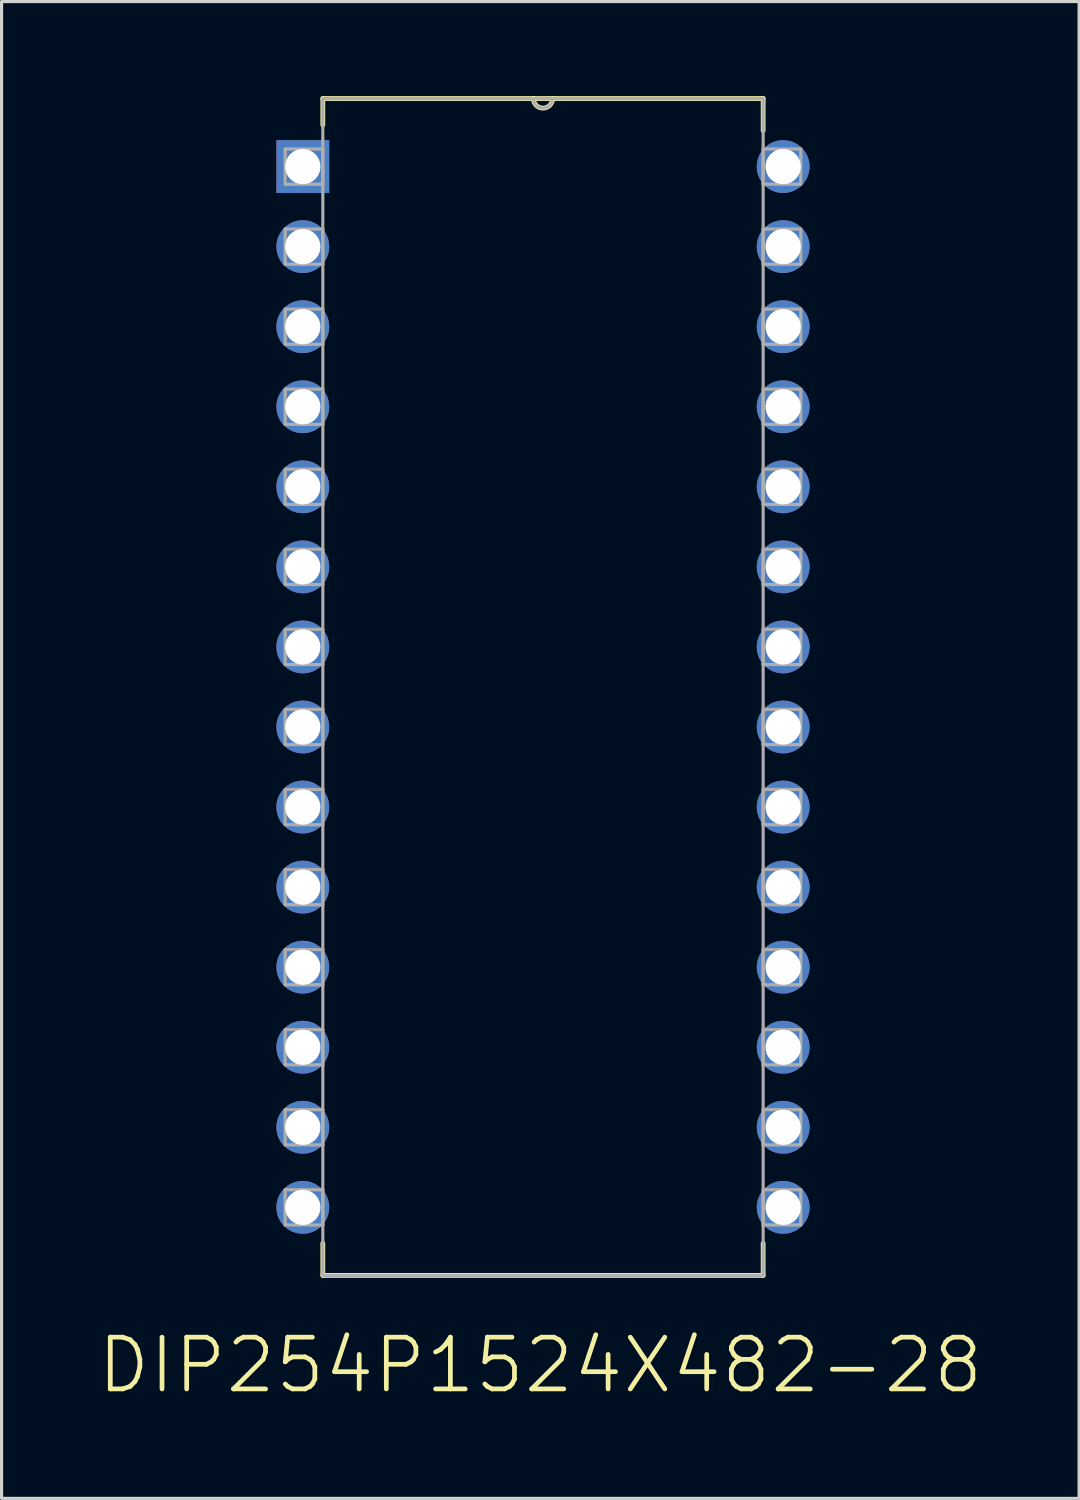
<source format=kicad_pcb>
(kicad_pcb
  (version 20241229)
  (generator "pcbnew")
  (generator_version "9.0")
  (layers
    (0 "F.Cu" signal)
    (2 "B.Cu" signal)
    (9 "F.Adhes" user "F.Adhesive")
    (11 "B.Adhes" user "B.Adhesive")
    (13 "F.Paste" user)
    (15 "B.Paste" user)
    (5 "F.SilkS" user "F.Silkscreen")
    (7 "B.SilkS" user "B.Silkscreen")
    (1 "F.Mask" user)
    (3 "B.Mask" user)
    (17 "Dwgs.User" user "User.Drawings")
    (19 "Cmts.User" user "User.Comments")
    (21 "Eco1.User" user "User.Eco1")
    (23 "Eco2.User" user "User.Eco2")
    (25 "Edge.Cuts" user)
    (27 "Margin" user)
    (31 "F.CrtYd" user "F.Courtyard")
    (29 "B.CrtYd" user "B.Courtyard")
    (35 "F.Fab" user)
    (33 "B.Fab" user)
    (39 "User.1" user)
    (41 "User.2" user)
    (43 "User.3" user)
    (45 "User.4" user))
  (footprint "DIP254P1524X482-28"
    (layer "F.Cu")
    (at 21.797 35.255)
    (property "Reference" "DIP254P1524X482-28" (at -7.704 5.009 0) (layer "F.SilkS") (effects (font (size 1.642 1.642) (thickness 0.15))))
    (attr through_hole)
    (fp_line (start -14.605 -35.179) (end -14.605 -34.341) (stroke (width 0.152) (type solid)) (layer "F.SilkS"))
    (fp_line (start -14.605 1.143) (end -14.605 2.159) (stroke (width 0.152) (type solid)) (layer "F.SilkS"))
    (fp_line (start -14.605 2.159) (end -0.635 2.159) (stroke (width 0.152) (type solid)) (layer "F.SilkS"))
    (fp_line (start -7.925 -35.179) (end -14.605 -35.179) (stroke (width 0.152) (type solid)) (layer "F.SilkS"))
    (fp_line (start -7.315 -35.179) (end -7.925 -35.179) (stroke (width 0.152) (type solid)) (layer "F.SilkS"))
    (fp_line (start -0.635 -35.179) (end -7.315 -35.179) (stroke (width 0.152) (type solid)) (layer "F.SilkS"))
    (fp_line (start -0.635 -34.163) (end -0.635 -35.179) (stroke (width 0.152) (type solid)) (layer "F.SilkS"))
    (fp_line (start -0.635 2.159) (end -0.635 1.143) (stroke (width 0.152) (type solid)) (layer "F.SilkS"))
    (fp_arc (start -7.3152 -35.179) (mid -7.62 -34.8742) (end -7.9248 -35.179) (stroke (width 0.1524) (type solid)) (layer "F.SilkS"))
    (fp_line (start -15.799 -33.579) (end -15.799 -32.461) (stroke (width 0.1) (type solid)) (layer "F.Fab"))
    (fp_line (start -15.799 -32.461) (end -14.605 -32.461) (stroke (width 0.1) (type solid)) (layer "F.Fab"))
    (fp_line (start -15.799 -31.039) (end -15.799 -29.921) (stroke (width 0.1) (type solid)) (layer "F.Fab"))
    (fp_line (start -15.799 -29.921) (end -14.605 -29.921) (stroke (width 0.1) (type solid)) (layer "F.Fab"))
    (fp_line (start -15.799 -28.499) (end -15.799 -27.381) (stroke (width 0.1) (type solid)) (layer "F.Fab"))
    (fp_line (start -15.799 -27.381) (end -14.605 -27.381) (stroke (width 0.1) (type solid)) (layer "F.Fab"))
    (fp_line (start -15.799 -25.959) (end -15.799 -24.841) (stroke (width 0.1) (type solid)) (layer "F.Fab"))
    (fp_line (start -15.799 -24.841) (end -14.605 -24.841) (stroke (width 0.1) (type solid)) (layer "F.Fab"))
    (fp_line (start -15.799 -23.419) (end -15.799 -22.301) (stroke (width 0.1) (type solid)) (layer "F.Fab"))
    (fp_line (start -15.799 -22.301) (end -14.605 -22.301) (stroke (width 0.1) (type solid)) (layer "F.Fab"))
    (fp_line (start -15.799 -20.879) (end -15.799 -19.761) (stroke (width 0.1) (type solid)) (layer "F.Fab"))
    (fp_line (start -15.799 -19.761) (end -14.605 -19.761) (stroke (width 0.1) (type solid)) (layer "F.Fab"))
    (fp_line (start -15.799 -18.339) (end -15.799 -17.221) (stroke (width 0.1) (type solid)) (layer "F.Fab"))
    (fp_line (start -15.799 -17.221) (end -14.605 -17.221) (stroke (width 0.1) (type solid)) (layer "F.Fab"))
    (fp_line (start -15.799 -15.799) (end -15.799 -14.681) (stroke (width 0.1) (type solid)) (layer "F.Fab"))
    (fp_line (start -15.799 -14.681) (end -14.605 -14.681) (stroke (width 0.1) (type solid)) (layer "F.Fab"))
    (fp_line (start -15.799 -13.259) (end -15.799 -12.141) (stroke (width 0.1) (type solid)) (layer "F.Fab"))
    (fp_line (start -15.799 -12.141) (end -14.605 -12.141) (stroke (width 0.1) (type solid)) (layer "F.Fab"))
    (fp_line (start -15.799 -10.719) (end -15.799 -9.601) (stroke (width 0.1) (type solid)) (layer "F.Fab"))
    (fp_line (start -15.799 -9.601) (end -14.605 -9.601) (stroke (width 0.1) (type solid)) (layer "F.Fab"))
    (fp_line (start -15.799 -8.179) (end -15.799 -7.061) (stroke (width 0.1) (type solid)) (layer "F.Fab"))
    (fp_line (start -15.799 -7.061) (end -14.605 -7.061) (stroke (width 0.1) (type solid)) (layer "F.Fab"))
    (fp_line (start -15.799 -5.639) (end -15.799 -4.521) (stroke (width 0.1) (type solid)) (layer "F.Fab"))
    (fp_line (start -15.799 -4.521) (end -14.605 -4.521) (stroke (width 0.1) (type solid)) (layer "F.Fab"))
    (fp_line (start -15.799 -3.099) (end -15.799 -1.981) (stroke (width 0.1) (type solid)) (layer "F.Fab"))
    (fp_line (start -15.799 -1.981) (end -14.605 -1.981) (stroke (width 0.1) (type solid)) (layer "F.Fab"))
    (fp_line (start -15.799 -0.559) (end -15.799 0.559) (stroke (width 0.1) (type solid)) (layer "F.Fab"))
    (fp_line (start -15.799 0.559) (end -14.605 0.559) (stroke (width 0.1) (type solid)) (layer "F.Fab"))
    (fp_line (start -14.605 -35.179) (end -14.605 2.159) (stroke (width 0.1) (type solid)) (layer "F.Fab"))
    (fp_line (start -14.605 -33.579) (end -15.799 -33.579) (stroke (width 0.1) (type solid)) (layer "F.Fab"))
    (fp_line (start -14.605 -32.461) (end -14.605 -33.579) (stroke (width 0.1) (type solid)) (layer "F.Fab"))
    (fp_line (start -14.605 -31.039) (end -15.799 -31.039) (stroke (width 0.1) (type solid)) (layer "F.Fab"))
    (fp_line (start -14.605 -29.921) (end -14.605 -31.039) (stroke (width 0.1) (type solid)) (layer "F.Fab"))
    (fp_line (start -14.605 -28.499) (end -15.799 -28.499) (stroke (width 0.1) (type solid)) (layer "F.Fab"))
    (fp_line (start -14.605 -27.381) (end -14.605 -28.499) (stroke (width 0.1) (type solid)) (layer "F.Fab"))
    (fp_line (start -14.605 -25.959) (end -15.799 -25.959) (stroke (width 0.1) (type solid)) (layer "F.Fab"))
    (fp_line (start -14.605 -24.841) (end -14.605 -25.959) (stroke (width 0.1) (type solid)) (layer "F.Fab"))
    (fp_line (start -14.605 -23.419) (end -15.799 -23.419) (stroke (width 0.1) (type solid)) (layer "F.Fab"))
    (fp_line (start -14.605 -22.301) (end -14.605 -23.419) (stroke (width 0.1) (type solid)) (layer "F.Fab"))
    (fp_line (start -14.605 -20.879) (end -15.799 -20.879) (stroke (width 0.1) (type solid)) (layer "F.Fab"))
    (fp_line (start -14.605 -19.761) (end -14.605 -20.879) (stroke (width 0.1) (type solid)) (layer "F.Fab"))
    (fp_line (start -14.605 -18.339) (end -15.799 -18.339) (stroke (width 0.1) (type solid)) (layer "F.Fab"))
    (fp_line (start -14.605 -17.221) (end -14.605 -18.339) (stroke (width 0.1) (type solid)) (layer "F.Fab"))
    (fp_line (start -14.605 -15.799) (end -15.799 -15.799) (stroke (width 0.1) (type solid)) (layer "F.Fab"))
    (fp_line (start -14.605 -14.681) (end -14.605 -15.799) (stroke (width 0.1) (type solid)) (layer "F.Fab"))
    (fp_line (start -14.605 -13.259) (end -15.799 -13.259) (stroke (width 0.1) (type solid)) (layer "F.Fab"))
    (fp_line (start -14.605 -12.141) (end -14.605 -13.259) (stroke (width 0.1) (type solid)) (layer "F.Fab"))
    (fp_line (start -14.605 -10.719) (end -15.799 -10.719) (stroke (width 0.1) (type solid)) (layer "F.Fab"))
    (fp_line (start -14.605 -9.601) (end -14.605 -10.719) (stroke (width 0.1) (type solid)) (layer "F.Fab"))
    (fp_line (start -14.605 -8.179) (end -15.799 -8.179) (stroke (width 0.1) (type solid)) (layer "F.Fab"))
    (fp_line (start -14.605 -7.061) (end -14.605 -8.179) (stroke (width 0.1) (type solid)) (layer "F.Fab"))
    (fp_line (start -14.605 -5.639) (end -15.799 -5.639) (stroke (width 0.1) (type solid)) (layer "F.Fab"))
    (fp_line (start -14.605 -4.521) (end -14.605 -5.639) (stroke (width 0.1) (type solid)) (layer "F.Fab"))
    (fp_line (start -14.605 -3.099) (end -15.799 -3.099) (stroke (width 0.1) (type solid)) (layer "F.Fab"))
    (fp_line (start -14.605 -1.981) (end -14.605 -3.099) (stroke (width 0.1) (type solid)) (layer "F.Fab"))
    (fp_line (start -14.605 -0.559) (end -15.799 -0.559) (stroke (width 0.1) (type solid)) (layer "F.Fab"))
    (fp_line (start -14.605 0.559) (end -14.605 -0.559) (stroke (width 0.1) (type solid)) (layer "F.Fab"))
    (fp_line (start -14.605 2.159) (end -0.635 2.159) (stroke (width 0.1) (type solid)) (layer "F.Fab"))
    (fp_line (start -7.925 -35.179) (end -14.605 -35.179) (stroke (width 0.1) (type solid)) (layer "F.Fab"))
    (fp_line (start -7.315 -35.179) (end -7.925 -35.179) (stroke (width 0.1) (type solid)) (layer "F.Fab"))
    (fp_line (start -0.635 -35.179) (end -7.315 -35.179) (stroke (width 0.1) (type solid)) (layer "F.Fab"))
    (fp_line (start -0.635 -33.579) (end -0.635 -32.461) (stroke (width 0.1) (type solid)) (layer "F.Fab"))
    (fp_line (start -0.635 -32.461) (end 0.559 -32.461) (stroke (width 0.1) (type solid)) (layer "F.Fab"))
    (fp_line (start -0.635 -31.039) (end -0.635 -29.921) (stroke (width 0.1) (type solid)) (layer "F.Fab"))
    (fp_line (start -0.635 -29.921) (end 0.559 -29.921) (stroke (width 0.1) (type solid)) (layer "F.Fab"))
    (fp_line (start -0.635 -28.499) (end -0.635 -27.381) (stroke (width 0.1) (type solid)) (layer "F.Fab"))
    (fp_line (start -0.635 -27.381) (end 0.559 -27.381) (stroke (width 0.1) (type solid)) (layer "F.Fab"))
    (fp_line (start -0.635 -25.959) (end -0.635 -24.841) (stroke (width 0.1) (type solid)) (layer "F.Fab"))
    (fp_line (start -0.635 -24.841) (end 0.559 -24.841) (stroke (width 0.1) (type solid)) (layer "F.Fab"))
    (fp_line (start -0.635 -23.419) (end -0.635 -22.301) (stroke (width 0.1) (type solid)) (layer "F.Fab"))
    (fp_line (start -0.635 -22.301) (end 0.559 -22.301) (stroke (width 0.1) (type solid)) (layer "F.Fab"))
    (fp_line (start -0.635 -20.879) (end -0.635 -19.761) (stroke (width 0.1) (type solid)) (layer "F.Fab"))
    (fp_line (start -0.635 -19.761) (end 0.559 -19.761) (stroke (width 0.1) (type solid)) (layer "F.Fab"))
    (fp_line (start -0.635 -18.339) (end -0.635 -17.221) (stroke (width 0.1) (type solid)) (layer "F.Fab"))
    (fp_line (start -0.635 -17.221) (end 0.559 -17.221) (stroke (width 0.1) (type solid)) (layer "F.Fab"))
    (fp_line (start -0.635 -15.799) (end -0.635 -14.681) (stroke (width 0.1) (type solid)) (layer "F.Fab"))
    (fp_line (start -0.635 -14.681) (end 0.559 -14.681) (stroke (width 0.1) (type solid)) (layer "F.Fab"))
    (fp_line (start -0.635 -13.259) (end -0.635 -12.141) (stroke (width 0.1) (type solid)) (layer "F.Fab"))
    (fp_line (start -0.635 -12.141) (end 0.559 -12.141) (stroke (width 0.1) (type solid)) (layer "F.Fab"))
    (fp_line (start -0.635 -10.719) (end -0.635 -9.601) (stroke (width 0.1) (type solid)) (layer "F.Fab"))
    (fp_line (start -0.635 -9.601) (end 0.559 -9.601) (stroke (width 0.1) (type solid)) (layer "F.Fab"))
    (fp_line (start -0.635 -8.179) (end -0.635 -7.061) (stroke (width 0.1) (type solid)) (layer "F.Fab"))
    (fp_line (start -0.635 -7.061) (end 0.559 -7.061) (stroke (width 0.1) (type solid)) (layer "F.Fab"))
    (fp_line (start -0.635 -5.639) (end -0.635 -4.521) (stroke (width 0.1) (type solid)) (layer "F.Fab"))
    (fp_line (start -0.635 -4.521) (end 0.559 -4.521) (stroke (width 0.1) (type solid)) (layer "F.Fab"))
    (fp_line (start -0.635 -3.099) (end -0.635 -1.981) (stroke (width 0.1) (type solid)) (layer "F.Fab"))
    (fp_line (start -0.635 -1.981) (end 0.559 -1.981) (stroke (width 0.1) (type solid)) (layer "F.Fab"))
    (fp_line (start -0.635 -0.559) (end -0.635 0.559) (stroke (width 0.1) (type solid)) (layer "F.Fab"))
    (fp_line (start -0.635 0.559) (end 0.559 0.559) (stroke (width 0.1) (type solid)) (layer "F.Fab"))
    (fp_line (start -0.635 2.159) (end -0.635 -35.179) (stroke (width 0.1) (type solid)) (layer "F.Fab"))
    (fp_line (start 0.559 -33.579) (end -0.635 -33.579) (stroke (width 0.1) (type solid)) (layer "F.Fab"))
    (fp_line (start 0.559 -32.461) (end 0.559 -33.579) (stroke (width 0.1) (type solid)) (layer "F.Fab"))
    (fp_line (start 0.559 -31.039) (end -0.635 -31.039) (stroke (width 0.1) (type solid)) (layer "F.Fab"))
    (fp_line (start 0.559 -29.921) (end 0.559 -31.039) (stroke (width 0.1) (type solid)) (layer "F.Fab"))
    (fp_line (start 0.559 -28.499) (end -0.635 -28.499) (stroke (width 0.1) (type solid)) (layer "F.Fab"))
    (fp_line (start 0.559 -27.381) (end 0.559 -28.499) (stroke (width 0.1) (type solid)) (layer "F.Fab"))
    (fp_line (start 0.559 -25.959) (end -0.635 -25.959) (stroke (width 0.1) (type solid)) (layer "F.Fab"))
    (fp_line (start 0.559 -24.841) (end 0.559 -25.959) (stroke (width 0.1) (type solid)) (layer "F.Fab"))
    (fp_line (start 0.559 -23.419) (end -0.635 -23.419) (stroke (width 0.1) (type solid)) (layer "F.Fab"))
    (fp_line (start 0.559 -22.301) (end 0.559 -23.419) (stroke (width 0.1) (type solid)) (layer "F.Fab"))
    (fp_line (start 0.559 -20.879) (end -0.635 -20.879) (stroke (width 0.1) (type solid)) (layer "F.Fab"))
    (fp_line (start 0.559 -19.761) (end 0.559 -20.879) (stroke (width 0.1) (type solid)) (layer "F.Fab"))
    (fp_line (start 0.559 -18.339) (end -0.635 -18.339) (stroke (width 0.1) (type solid)) (layer "F.Fab"))
    (fp_line (start 0.559 -17.221) (end 0.559 -18.339) (stroke (width 0.1) (type solid)) (layer "F.Fab"))
    (fp_line (start 0.559 -15.799) (end -0.635 -15.799) (stroke (width 0.1) (type solid)) (layer "F.Fab"))
    (fp_line (start 0.559 -14.681) (end 0.559 -15.799) (stroke (width 0.1) (type solid)) (layer "F.Fab"))
    (fp_line (start 0.559 -13.259) (end -0.635 -13.259) (stroke (width 0.1) (type solid)) (layer "F.Fab"))
    (fp_line (start 0.559 -12.141) (end 0.559 -13.259) (stroke (width 0.1) (type solid)) (layer "F.Fab"))
    (fp_line (start 0.559 -10.719) (end -0.635 -10.719) (stroke (width 0.1) (type solid)) (layer "F.Fab"))
    (fp_line (start 0.559 -9.601) (end 0.559 -10.719) (stroke (width 0.1) (type solid)) (layer "F.Fab"))
    (fp_line (start 0.559 -8.179) (end -0.635 -8.179) (stroke (width 0.1) (type solid)) (layer "F.Fab"))
    (fp_line (start 0.559 -7.061) (end 0.559 -8.179) (stroke (width 0.1) (type solid)) (layer "F.Fab"))
    (fp_line (start 0.559 -5.639) (end -0.635 -5.639) (stroke (width 0.1) (type solid)) (layer "F.Fab"))
    (fp_line (start 0.559 -4.521) (end 0.559 -5.639) (stroke (width 0.1) (type solid)) (layer "F.Fab"))
    (fp_line (start 0.559 -3.099) (end -0.635 -3.099) (stroke (width 0.1) (type solid)) (layer "F.Fab"))
    (fp_line (start 0.559 -1.981) (end 0.559 -3.099) (stroke (width 0.1) (type solid)) (layer "F.Fab"))
    (fp_line (start 0.559 -0.559) (end -0.635 -0.559) (stroke (width 0.1) (type solid)) (layer "F.Fab"))
    (fp_line (start 0.559 0.559) (end 0.559 -0.559) (stroke (width 0.1) (type solid)) (layer "F.Fab"))
    (fp_arc (start -7.3152 -35.179) (mid -7.62 -34.8742) (end -7.9248 -35.179) (stroke (width 0.1) (type solid)) (layer "F.Fab"))
    (pad "1" thru_hole rect (at -15.24 -33.02) (size 1.676 1.676) (drill 1.118) (layers "*.Cu" "*.Mask"))
    (pad "2" thru_hole circle (at -15.24 -30.48) (size 1.676 1.676) (drill 1.118) (layers "*.Cu" "*.Mask"))
    (pad "3" thru_hole circle (at -15.24 -27.94) (size 1.676 1.676) (drill 1.118) (layers "*.Cu" "*.Mask"))
    (pad "4" thru_hole circle (at -15.24 -25.4) (size 1.676 1.676) (drill 1.118) (layers "*.Cu" "*.Mask"))
    (pad "5" thru_hole circle (at -15.24 -22.86) (size 1.676 1.676) (drill 1.118) (layers "*.Cu" "*.Mask"))
    (pad "6" thru_hole circle (at -15.24 -20.32) (size 1.676 1.676) (drill 1.118) (layers "*.Cu" "*.Mask"))
    (pad "7" thru_hole circle (at -15.24 -17.78) (size 1.676 1.676) (drill 1.118) (layers "*.Cu" "*.Mask"))
    (pad "8" thru_hole circle (at -15.24 -15.24) (size 1.676 1.676) (drill 1.118) (layers "*.Cu" "*.Mask"))
    (pad "9" thru_hole circle (at -15.24 -12.7) (size 1.676 1.676) (drill 1.118) (layers "*.Cu" "*.Mask"))
    (pad "10" thru_hole circle (at -15.24 -10.16) (size 1.676 1.676) (drill 1.118) (layers "*.Cu" "*.Mask"))
    (pad "11" thru_hole circle (at -15.24 -7.62) (size 1.676 1.676) (drill 1.118) (layers "*.Cu" "*.Mask"))
    (pad "12" thru_hole circle (at -15.24 -5.08) (size 1.676 1.676) (drill 1.118) (layers "*.Cu" "*.Mask"))
    (pad "13" thru_hole circle (at -15.24 -2.54) (size 1.676 1.676) (drill 1.118) (layers "*.Cu" "*.Mask"))
    (pad "14" thru_hole circle (at -15.24 0) (size 1.676 1.676) (drill 1.118) (layers "*.Cu" "*.Mask"))
    (pad "15" thru_hole circle (at 0 0) (size 1.676 1.676) (drill 1.118) (layers "*.Cu" "*.Mask"))
    (pad "16" thru_hole circle (at 0 -2.54) (size 1.676 1.676) (drill 1.118) (layers "*.Cu" "*.Mask"))
    (pad "17" thru_hole circle (at 0 -5.08) (size 1.676 1.676) (drill 1.118) (layers "*.Cu" "*.Mask"))
    (pad "18" thru_hole circle (at 0 -7.62) (size 1.676 1.676) (drill 1.118) (layers "*.Cu" "*.Mask"))
    (pad "19" thru_hole circle (at 0 -10.16) (size 1.676 1.676) (drill 1.118) (layers "*.Cu" "*.Mask"))
    (pad "20" thru_hole circle (at 0 -12.7) (size 1.676 1.676) (drill 1.118) (layers "*.Cu" "*.Mask"))
    (pad "21" thru_hole circle (at 0 -15.24) (size 1.676 1.676) (drill 1.118) (layers "*.Cu" "*.Mask"))
    (pad "22" thru_hole circle (at 0 -17.78) (size 1.676 1.676) (drill 1.118) (layers "*.Cu" "*.Mask"))
    (pad "23" thru_hole circle (at 0 -20.32) (size 1.676 1.676) (drill 1.118) (layers "*.Cu" "*.Mask"))
    (pad "24" thru_hole circle (at 0 -22.86) (size 1.676 1.676) (drill 1.118) (layers "*.Cu" "*.Mask"))
    (pad "25" thru_hole circle (at 0 -25.4) (size 1.676 1.676) (drill 1.118) (layers "*.Cu" "*.Mask"))
    (pad "26" thru_hole circle (at 0 -27.94) (size 1.676 1.676) (drill 1.118) (layers "*.Cu" "*.Mask"))
    (pad "27" thru_hole circle (at 0 -30.48) (size 1.676 1.676) (drill 1.118) (layers "*.Cu" "*.Mask"))
    (pad "28" thru_hole circle (at 0 -33.02) (size 1.676 1.676) (drill 1.118) (layers "*.Cu" "*.Mask")))
  (gr_rect
    (start -3 -3)
    (end 31.186 44.488)
    (stroke (width 0.1) (type default))
    (fill no)
    (layer "Edge.Cuts")))
</source>
